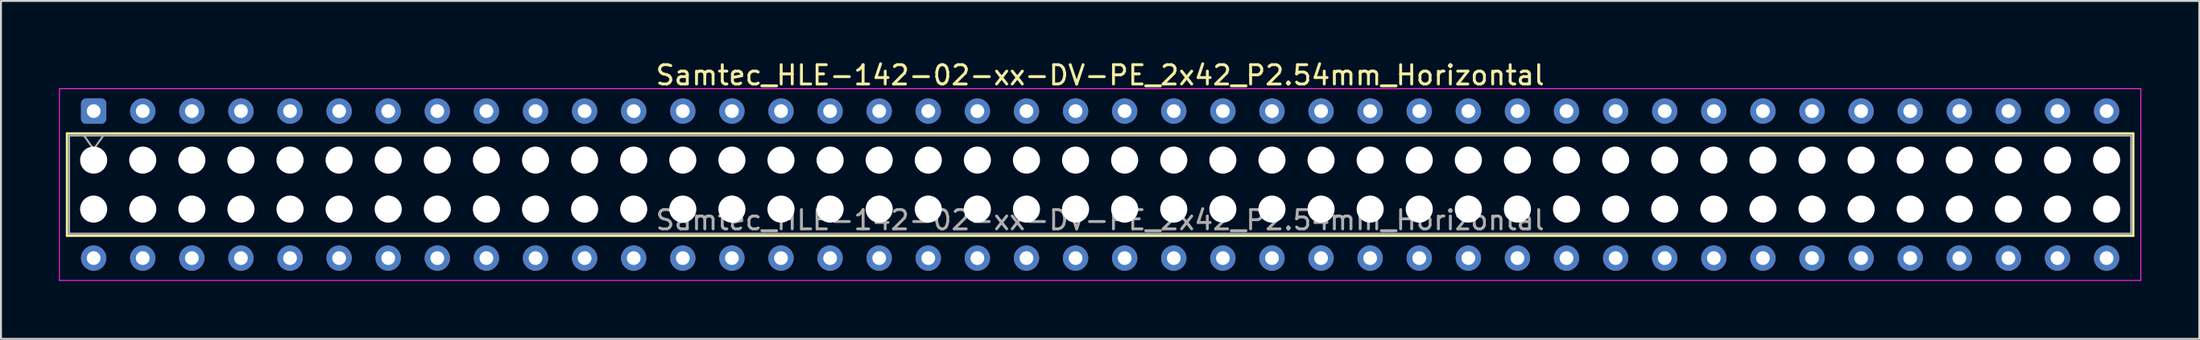
<source format=kicad_pcb>
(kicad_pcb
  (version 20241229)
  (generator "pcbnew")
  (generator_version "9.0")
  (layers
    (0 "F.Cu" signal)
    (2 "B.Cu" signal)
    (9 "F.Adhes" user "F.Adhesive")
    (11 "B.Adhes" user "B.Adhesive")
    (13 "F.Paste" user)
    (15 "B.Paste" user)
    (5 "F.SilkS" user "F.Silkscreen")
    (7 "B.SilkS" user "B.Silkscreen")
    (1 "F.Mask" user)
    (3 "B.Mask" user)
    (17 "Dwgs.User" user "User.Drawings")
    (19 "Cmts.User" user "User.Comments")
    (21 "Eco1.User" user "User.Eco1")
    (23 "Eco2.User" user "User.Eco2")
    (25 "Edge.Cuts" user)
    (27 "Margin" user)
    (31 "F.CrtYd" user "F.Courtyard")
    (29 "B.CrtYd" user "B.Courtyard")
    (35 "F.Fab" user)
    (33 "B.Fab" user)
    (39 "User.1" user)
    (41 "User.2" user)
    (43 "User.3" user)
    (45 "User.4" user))
  (footprint "Samtec_HLE-142-02-xx-DV-PE_2x42_P2.54mm_Horizontal"
    (layer "F.Cu")
    (at 1.795 2.708)
    (property "Reference" "Samtec_HLE-142-02-xx-DV-PE_2x42_P2.54mm_Horizontal" (at 52.07 -1.86 0) (layer "F.SilkS") (effects (font (size 1 1) (thickness 0.15))))
    (attr through_hole)
    (fp_line (start -1.38 1.16) (end 105.52 1.16) (stroke (width 0.12) (type solid)) (layer "F.SilkS"))
    (fp_line (start -1.38 6.46) (end -1.38 1.16) (stroke (width 0.12) (type solid)) (layer "F.SilkS"))
    (fp_line (start 105.52 1.16) (end 105.52 6.46) (stroke (width 0.12) (type solid)) (layer "F.SilkS"))
    (fp_line (start 105.52 6.46) (end -1.38 6.46) (stroke (width 0.12) (type solid)) (layer "F.SilkS"))
    (fp_line (start -1.77 -1.16) (end 105.91 -1.16) (stroke (width 0.05) (type solid)) (layer "F.CrtYd"))
    (fp_line (start -1.77 8.78) (end -1.77 -1.16) (stroke (width 0.05) (type solid)) (layer "F.CrtYd"))
    (fp_line (start 105.91 -1.16) (end 105.91 8.78) (stroke (width 0.05) (type solid)) (layer "F.CrtYd"))
    (fp_line (start 105.91 8.78) (end -1.77 8.78) (stroke (width 0.05) (type solid)) (layer "F.CrtYd"))
    (fp_line (start -1.27 1.27) (end 105.41 1.27) (stroke (width 0.1) (type solid)) (layer "F.Fab"))
    (fp_line (start -1.27 6.35) (end -1.27 1.27) (stroke (width 0.1) (type solid)) (layer "F.Fab"))
    (fp_line (start -0.5 1.27) (end 0 1.977) (stroke (width 0.1) (type solid)) (layer "F.Fab"))
    (fp_line (start 0 1.977) (end 0.5 1.27) (stroke (width 0.1) (type solid)) (layer "F.Fab"))
    (fp_line (start 105.41 1.27) (end 105.41 6.35) (stroke (width 0.1) (type solid)) (layer "F.Fab"))
    (fp_line (start 105.41 6.35) (end -1.27 6.35) (stroke (width 0.1) (type solid)) (layer "F.Fab"))
    (fp_text user "${REFERENCE}" (at 52.07 5.65 0) (layer "F.Fab") (effects (font (size 1 1) (thickness 0.15))))
    (pad "" np_thru_hole circle (at 0 2.54) (size 1.4 1.4) (drill 1.4) (layers "*.Cu" "*.Mask"))
    (pad "" np_thru_hole circle (at 0 5.08) (size 1.4 1.4) (drill 1.4) (layers "*.Cu" "*.Mask"))
    (pad "" np_thru_hole circle (at 2.54 2.54) (size 1.4 1.4) (drill 1.4) (layers "*.Cu" "*.Mask"))
    (pad "" np_thru_hole circle (at 2.54 5.08) (size 1.4 1.4) (drill 1.4) (layers "*.Cu" "*.Mask"))
    (pad "" np_thru_hole circle (at 5.08 2.54) (size 1.4 1.4) (drill 1.4) (layers "*.Cu" "*.Mask"))
    (pad "" np_thru_hole circle (at 5.08 5.08) (size 1.4 1.4) (drill 1.4) (layers "*.Cu" "*.Mask"))
    (pad "" np_thru_hole circle (at 7.62 2.54) (size 1.4 1.4) (drill 1.4) (layers "*.Cu" "*.Mask"))
    (pad "" np_thru_hole circle (at 7.62 5.08) (size 1.4 1.4) (drill 1.4) (layers "*.Cu" "*.Mask"))
    (pad "" np_thru_hole circle (at 10.16 2.54) (size 1.4 1.4) (drill 1.4) (layers "*.Cu" "*.Mask"))
    (pad "" np_thru_hole circle (at 10.16 5.08) (size 1.4 1.4) (drill 1.4) (layers "*.Cu" "*.Mask"))
    (pad "" np_thru_hole circle (at 12.7 2.54) (size 1.4 1.4) (drill 1.4) (layers "*.Cu" "*.Mask"))
    (pad "" np_thru_hole circle (at 12.7 5.08) (size 1.4 1.4) (drill 1.4) (layers "*.Cu" "*.Mask"))
    (pad "" np_thru_hole circle (at 15.24 2.54) (size 1.4 1.4) (drill 1.4) (layers "*.Cu" "*.Mask"))
    (pad "" np_thru_hole circle (at 15.24 5.08) (size 1.4 1.4) (drill 1.4) (layers "*.Cu" "*.Mask"))
    (pad "" np_thru_hole circle (at 17.78 2.54) (size 1.4 1.4) (drill 1.4) (layers "*.Cu" "*.Mask"))
    (pad "" np_thru_hole circle (at 17.78 5.08) (size 1.4 1.4) (drill 1.4) (layers "*.Cu" "*.Mask"))
    (pad "" np_thru_hole circle (at 20.32 2.54) (size 1.4 1.4) (drill 1.4) (layers "*.Cu" "*.Mask"))
    (pad "" np_thru_hole circle (at 20.32 5.08) (size 1.4 1.4) (drill 1.4) (layers "*.Cu" "*.Mask"))
    (pad "" np_thru_hole circle (at 22.86 2.54) (size 1.4 1.4) (drill 1.4) (layers "*.Cu" "*.Mask"))
    (pad "" np_thru_hole circle (at 22.86 5.08) (size 1.4 1.4) (drill 1.4) (layers "*.Cu" "*.Mask"))
    (pad "" np_thru_hole circle (at 25.4 2.54) (size 1.4 1.4) (drill 1.4) (layers "*.Cu" "*.Mask"))
    (pad "" np_thru_hole circle (at 25.4 5.08) (size 1.4 1.4) (drill 1.4) (layers "*.Cu" "*.Mask"))
    (pad "" np_thru_hole circle (at 27.94 2.54) (size 1.4 1.4) (drill 1.4) (layers "*.Cu" "*.Mask"))
    (pad "" np_thru_hole circle (at 27.94 5.08) (size 1.4 1.4) (drill 1.4) (layers "*.Cu" "*.Mask"))
    (pad "" np_thru_hole circle (at 30.48 2.54) (size 1.4 1.4) (drill 1.4) (layers "*.Cu" "*.Mask"))
    (pad "" np_thru_hole circle (at 30.48 5.08) (size 1.4 1.4) (drill 1.4) (layers "*.Cu" "*.Mask"))
    (pad "" np_thru_hole circle (at 33.02 2.54) (size 1.4 1.4) (drill 1.4) (layers "*.Cu" "*.Mask"))
    (pad "" np_thru_hole circle (at 33.02 5.08) (size 1.4 1.4) (drill 1.4) (layers "*.Cu" "*.Mask"))
    (pad "" np_thru_hole circle (at 35.56 2.54) (size 1.4 1.4) (drill 1.4) (layers "*.Cu" "*.Mask"))
    (pad "" np_thru_hole circle (at 35.56 5.08) (size 1.4 1.4) (drill 1.4) (layers "*.Cu" "*.Mask"))
    (pad "" np_thru_hole circle (at 38.1 2.54) (size 1.4 1.4) (drill 1.4) (layers "*.Cu" "*.Mask"))
    (pad "" np_thru_hole circle (at 38.1 5.08) (size 1.4 1.4) (drill 1.4) (layers "*.Cu" "*.Mask"))
    (pad "" np_thru_hole circle (at 40.64 2.54) (size 1.4 1.4) (drill 1.4) (layers "*.Cu" "*.Mask"))
    (pad "" np_thru_hole circle (at 40.64 5.08) (size 1.4 1.4) (drill 1.4) (layers "*.Cu" "*.Mask"))
    (pad "" np_thru_hole circle (at 43.18 2.54) (size 1.4 1.4) (drill 1.4) (layers "*.Cu" "*.Mask"))
    (pad "" np_thru_hole circle (at 43.18 5.08) (size 1.4 1.4) (drill 1.4) (layers "*.Cu" "*.Mask"))
    (pad "" np_thru_hole circle (at 45.72 2.54) (size 1.4 1.4) (drill 1.4) (layers "*.Cu" "*.Mask"))
    (pad "" np_thru_hole circle (at 45.72 5.08) (size 1.4 1.4) (drill 1.4) (layers "*.Cu" "*.Mask"))
    (pad "" np_thru_hole circle (at 48.26 2.54) (size 1.4 1.4) (drill 1.4) (layers "*.Cu" "*.Mask"))
    (pad "" np_thru_hole circle (at 48.26 5.08) (size 1.4 1.4) (drill 1.4) (layers "*.Cu" "*.Mask"))
    (pad "" np_thru_hole circle (at 50.8 2.54) (size 1.4 1.4) (drill 1.4) (layers "*.Cu" "*.Mask"))
    (pad "" np_thru_hole circle (at 50.8 5.08) (size 1.4 1.4) (drill 1.4) (layers "*.Cu" "*.Mask"))
    (pad "" np_thru_hole circle (at 53.34 2.54) (size 1.4 1.4) (drill 1.4) (layers "*.Cu" "*.Mask"))
    (pad "" np_thru_hole circle (at 53.34 5.08) (size 1.4 1.4) (drill 1.4) (layers "*.Cu" "*.Mask"))
    (pad "" np_thru_hole circle (at 55.88 2.54) (size 1.4 1.4) (drill 1.4) (layers "*.Cu" "*.Mask"))
    (pad "" np_thru_hole circle (at 55.88 5.08) (size 1.4 1.4) (drill 1.4) (layers "*.Cu" "*.Mask"))
    (pad "" np_thru_hole circle (at 58.42 2.54) (size 1.4 1.4) (drill 1.4) (layers "*.Cu" "*.Mask"))
    (pad "" np_thru_hole circle (at 58.42 5.08) (size 1.4 1.4) (drill 1.4) (layers "*.Cu" "*.Mask"))
    (pad "" np_thru_hole circle (at 60.96 2.54) (size 1.4 1.4) (drill 1.4) (layers "*.Cu" "*.Mask"))
    (pad "" np_thru_hole circle (at 60.96 5.08) (size 1.4 1.4) (drill 1.4) (layers "*.Cu" "*.Mask"))
    (pad "" np_thru_hole circle (at 63.5 2.54) (size 1.4 1.4) (drill 1.4) (layers "*.Cu" "*.Mask"))
    (pad "" np_thru_hole circle (at 63.5 5.08) (size 1.4 1.4) (drill 1.4) (layers "*.Cu" "*.Mask"))
    (pad "" np_thru_hole circle (at 66.04 2.54) (size 1.4 1.4) (drill 1.4) (layers "*.Cu" "*.Mask"))
    (pad "" np_thru_hole circle (at 66.04 5.08) (size 1.4 1.4) (drill 1.4) (layers "*.Cu" "*.Mask"))
    (pad "" np_thru_hole circle (at 68.58 2.54) (size 1.4 1.4) (drill 1.4) (layers "*.Cu" "*.Mask"))
    (pad "" np_thru_hole circle (at 68.58 5.08) (size 1.4 1.4) (drill 1.4) (layers "*.Cu" "*.Mask"))
    (pad "" np_thru_hole circle (at 71.12 2.54) (size 1.4 1.4) (drill 1.4) (layers "*.Cu" "*.Mask"))
    (pad "" np_thru_hole circle (at 71.12 5.08) (size 1.4 1.4) (drill 1.4) (layers "*.Cu" "*.Mask"))
    (pad "" np_thru_hole circle (at 73.66 2.54) (size 1.4 1.4) (drill 1.4) (layers "*.Cu" "*.Mask"))
    (pad "" np_thru_hole circle (at 73.66 5.08) (size 1.4 1.4) (drill 1.4) (layers "*.Cu" "*.Mask"))
    (pad "" np_thru_hole circle (at 76.2 2.54) (size 1.4 1.4) (drill 1.4) (layers "*.Cu" "*.Mask"))
    (pad "" np_thru_hole circle (at 76.2 5.08) (size 1.4 1.4) (drill 1.4) (layers "*.Cu" "*.Mask"))
    (pad "" np_thru_hole circle (at 78.74 2.54) (size 1.4 1.4) (drill 1.4) (layers "*.Cu" "*.Mask"))
    (pad "" np_thru_hole circle (at 78.74 5.08) (size 1.4 1.4) (drill 1.4) (layers "*.Cu" "*.Mask"))
    (pad "" np_thru_hole circle (at 81.28 2.54) (size 1.4 1.4) (drill 1.4) (layers "*.Cu" "*.Mask"))
    (pad "" np_thru_hole circle (at 81.28 5.08) (size 1.4 1.4) (drill 1.4) (layers "*.Cu" "*.Mask"))
    (pad "" np_thru_hole circle (at 83.82 2.54) (size 1.4 1.4) (drill 1.4) (layers "*.Cu" "*.Mask"))
    (pad "" np_thru_hole circle (at 83.82 5.08) (size 1.4 1.4) (drill 1.4) (layers "*.Cu" "*.Mask"))
    (pad "" np_thru_hole circle (at 86.36 2.54) (size 1.4 1.4) (drill 1.4) (layers "*.Cu" "*.Mask"))
    (pad "" np_thru_hole circle (at 86.36 5.08) (size 1.4 1.4) (drill 1.4) (layers "*.Cu" "*.Mask"))
    (pad "" np_thru_hole circle (at 88.9 2.54) (size 1.4 1.4) (drill 1.4) (layers "*.Cu" "*.Mask"))
    (pad "" np_thru_hole circle (at 88.9 5.08) (size 1.4 1.4) (drill 1.4) (layers "*.Cu" "*.Mask"))
    (pad "" np_thru_hole circle (at 91.44 2.54) (size 1.4 1.4) (drill 1.4) (layers "*.Cu" "*.Mask"))
    (pad "" np_thru_hole circle (at 91.44 5.08) (size 1.4 1.4) (drill 1.4) (layers "*.Cu" "*.Mask"))
    (pad "" np_thru_hole circle (at 93.98 2.54) (size 1.4 1.4) (drill 1.4) (layers "*.Cu" "*.Mask"))
    (pad "" np_thru_hole circle (at 93.98 5.08) (size 1.4 1.4) (drill 1.4) (layers "*.Cu" "*.Mask"))
    (pad "" np_thru_hole circle (at 96.52 2.54) (size 1.4 1.4) (drill 1.4) (layers "*.Cu" "*.Mask"))
    (pad "" np_thru_hole circle (at 96.52 5.08) (size 1.4 1.4) (drill 1.4) (layers "*.Cu" "*.Mask"))
    (pad "" np_thru_hole circle (at 99.06 2.54) (size 1.4 1.4) (drill 1.4) (layers "*.Cu" "*.Mask"))
    (pad "" np_thru_hole circle (at 99.06 5.08) (size 1.4 1.4) (drill 1.4) (layers "*.Cu" "*.Mask"))
    (pad "" np_thru_hole circle (at 101.6 2.54) (size 1.4 1.4) (drill 1.4) (layers "*.Cu" "*.Mask"))
    (pad "" np_thru_hole circle (at 101.6 5.08) (size 1.4 1.4) (drill 1.4) (layers "*.Cu" "*.Mask"))
    (pad "" np_thru_hole circle (at 104.14 2.54) (size 1.4 1.4) (drill 1.4) (layers "*.Cu" "*.Mask"))
    (pad "" np_thru_hole circle (at 104.14 5.08) (size 1.4 1.4) (drill 1.4) (layers "*.Cu" "*.Mask"))
    (pad "1" thru_hole roundrect (at 0 0) (size 1.31 1.31) (drill 0.71) (layers "*.Cu" "*.Mask") (roundrect_rratio 0.191))
    (pad "2" thru_hole circle (at 0 7.62) (size 1.31 1.31) (drill 0.71) (layers "*.Cu" "*.Mask"))
    (pad "3" thru_hole circle (at 2.54 0) (size 1.31 1.31) (drill 0.71) (layers "*.Cu" "*.Mask"))
    (pad "4" thru_hole circle (at 2.54 7.62) (size 1.31 1.31) (drill 0.71) (layers "*.Cu" "*.Mask"))
    (pad "5" thru_hole circle (at 5.08 0) (size 1.31 1.31) (drill 0.71) (layers "*.Cu" "*.Mask"))
    (pad "6" thru_hole circle (at 5.08 7.62) (size 1.31 1.31) (drill 0.71) (layers "*.Cu" "*.Mask"))
    (pad "7" thru_hole circle (at 7.62 0) (size 1.31 1.31) (drill 0.71) (layers "*.Cu" "*.Mask"))
    (pad "8" thru_hole circle (at 7.62 7.62) (size 1.31 1.31) (drill 0.71) (layers "*.Cu" "*.Mask"))
    (pad "9" thru_hole circle (at 10.16 0) (size 1.31 1.31) (drill 0.71) (layers "*.Cu" "*.Mask"))
    (pad "10" thru_hole circle (at 10.16 7.62) (size 1.31 1.31) (drill 0.71) (layers "*.Cu" "*.Mask"))
    (pad "11" thru_hole circle (at 12.7 0) (size 1.31 1.31) (drill 0.71) (layers "*.Cu" "*.Mask"))
    (pad "12" thru_hole circle (at 12.7 7.62) (size 1.31 1.31) (drill 0.71) (layers "*.Cu" "*.Mask"))
    (pad "13" thru_hole circle (at 15.24 0) (size 1.31 1.31) (drill 0.71) (layers "*.Cu" "*.Mask"))
    (pad "14" thru_hole circle (at 15.24 7.62) (size 1.31 1.31) (drill 0.71) (layers "*.Cu" "*.Mask"))
    (pad "15" thru_hole circle (at 17.78 0) (size 1.31 1.31) (drill 0.71) (layers "*.Cu" "*.Mask"))
    (pad "16" thru_hole circle (at 17.78 7.62) (size 1.31 1.31) (drill 0.71) (layers "*.Cu" "*.Mask"))
    (pad "17" thru_hole circle (at 20.32 0) (size 1.31 1.31) (drill 0.71) (layers "*.Cu" "*.Mask"))
    (pad "18" thru_hole circle (at 20.32 7.62) (size 1.31 1.31) (drill 0.71) (layers "*.Cu" "*.Mask"))
    (pad "19" thru_hole circle (at 22.86 0) (size 1.31 1.31) (drill 0.71) (layers "*.Cu" "*.Mask"))
    (pad "20" thru_hole circle (at 22.86 7.62) (size 1.31 1.31) (drill 0.71) (layers "*.Cu" "*.Mask"))
    (pad "21" thru_hole circle (at 25.4 0) (size 1.31 1.31) (drill 0.71) (layers "*.Cu" "*.Mask"))
    (pad "22" thru_hole circle (at 25.4 7.62) (size 1.31 1.31) (drill 0.71) (layers "*.Cu" "*.Mask"))
    (pad "23" thru_hole circle (at 27.94 0) (size 1.31 1.31) (drill 0.71) (layers "*.Cu" "*.Mask"))
    (pad "24" thru_hole circle (at 27.94 7.62) (size 1.31 1.31) (drill 0.71) (layers "*.Cu" "*.Mask"))
    (pad "25" thru_hole circle (at 30.48 0) (size 1.31 1.31) (drill 0.71) (layers "*.Cu" "*.Mask"))
    (pad "26" thru_hole circle (at 30.48 7.62) (size 1.31 1.31) (drill 0.71) (layers "*.Cu" "*.Mask"))
    (pad "27" thru_hole circle (at 33.02 0) (size 1.31 1.31) (drill 0.71) (layers "*.Cu" "*.Mask"))
    (pad "28" thru_hole circle (at 33.02 7.62) (size 1.31 1.31) (drill 0.71) (layers "*.Cu" "*.Mask"))
    (pad "29" thru_hole circle (at 35.56 0) (size 1.31 1.31) (drill 0.71) (layers "*.Cu" "*.Mask"))
    (pad "30" thru_hole circle (at 35.56 7.62) (size 1.31 1.31) (drill 0.71) (layers "*.Cu" "*.Mask"))
    (pad "31" thru_hole circle (at 38.1 0) (size 1.31 1.31) (drill 0.71) (layers "*.Cu" "*.Mask"))
    (pad "32" thru_hole circle (at 38.1 7.62) (size 1.31 1.31) (drill 0.71) (layers "*.Cu" "*.Mask"))
    (pad "33" thru_hole circle (at 40.64 0) (size 1.31 1.31) (drill 0.71) (layers "*.Cu" "*.Mask"))
    (pad "34" thru_hole circle (at 40.64 7.62) (size 1.31 1.31) (drill 0.71) (layers "*.Cu" "*.Mask"))
    (pad "35" thru_hole circle (at 43.18 0) (size 1.31 1.31) (drill 0.71) (layers "*.Cu" "*.Mask"))
    (pad "36" thru_hole circle (at 43.18 7.62) (size 1.31 1.31) (drill 0.71) (layers "*.Cu" "*.Mask"))
    (pad "37" thru_hole circle (at 45.72 0) (size 1.31 1.31) (drill 0.71) (layers "*.Cu" "*.Mask"))
    (pad "38" thru_hole circle (at 45.72 7.62) (size 1.31 1.31) (drill 0.71) (layers "*.Cu" "*.Mask"))
    (pad "39" thru_hole circle (at 48.26 0) (size 1.31 1.31) (drill 0.71) (layers "*.Cu" "*.Mask"))
    (pad "40" thru_hole circle (at 48.26 7.62) (size 1.31 1.31) (drill 0.71) (layers "*.Cu" "*.Mask"))
    (pad "41" thru_hole circle (at 50.8 0) (size 1.31 1.31) (drill 0.71) (layers "*.Cu" "*.Mask"))
    (pad "42" thru_hole circle (at 50.8 7.62) (size 1.31 1.31) (drill 0.71) (layers "*.Cu" "*.Mask"))
    (pad "43" thru_hole circle (at 53.34 0) (size 1.31 1.31) (drill 0.71) (layers "*.Cu" "*.Mask"))
    (pad "44" thru_hole circle (at 53.34 7.62) (size 1.31 1.31) (drill 0.71) (layers "*.Cu" "*.Mask"))
    (pad "45" thru_hole circle (at 55.88 0) (size 1.31 1.31) (drill 0.71) (layers "*.Cu" "*.Mask"))
    (pad "46" thru_hole circle (at 55.88 7.62) (size 1.31 1.31) (drill 0.71) (layers "*.Cu" "*.Mask"))
    (pad "47" thru_hole circle (at 58.42 0) (size 1.31 1.31) (drill 0.71) (layers "*.Cu" "*.Mask"))
    (pad "48" thru_hole circle (at 58.42 7.62) (size 1.31 1.31) (drill 0.71) (layers "*.Cu" "*.Mask"))
    (pad "49" thru_hole circle (at 60.96 0) (size 1.31 1.31) (drill 0.71) (layers "*.Cu" "*.Mask"))
    (pad "50" thru_hole circle (at 60.96 7.62) (size 1.31 1.31) (drill 0.71) (layers "*.Cu" "*.Mask"))
    (pad "51" thru_hole circle (at 63.5 0) (size 1.31 1.31) (drill 0.71) (layers "*.Cu" "*.Mask"))
    (pad "52" thru_hole circle (at 63.5 7.62) (size 1.31 1.31) (drill 0.71) (layers "*.Cu" "*.Mask"))
    (pad "53" thru_hole circle (at 66.04 0) (size 1.31 1.31) (drill 0.71) (layers "*.Cu" "*.Mask"))
    (pad "54" thru_hole circle (at 66.04 7.62) (size 1.31 1.31) (drill 0.71) (layers "*.Cu" "*.Mask"))
    (pad "55" thru_hole circle (at 68.58 0) (size 1.31 1.31) (drill 0.71) (layers "*.Cu" "*.Mask"))
    (pad "56" thru_hole circle (at 68.58 7.62) (size 1.31 1.31) (drill 0.71) (layers "*.Cu" "*.Mask"))
    (pad "57" thru_hole circle (at 71.12 0) (size 1.31 1.31) (drill 0.71) (layers "*.Cu" "*.Mask"))
    (pad "58" thru_hole circle (at 71.12 7.62) (size 1.31 1.31) (drill 0.71) (layers "*.Cu" "*.Mask"))
    (pad "59" thru_hole circle (at 73.66 0) (size 1.31 1.31) (drill 0.71) (layers "*.Cu" "*.Mask"))
    (pad "60" thru_hole circle (at 73.66 7.62) (size 1.31 1.31) (drill 0.71) (layers "*.Cu" "*.Mask"))
    (pad "61" thru_hole circle (at 76.2 0) (size 1.31 1.31) (drill 0.71) (layers "*.Cu" "*.Mask"))
    (pad "62" thru_hole circle (at 76.2 7.62) (size 1.31 1.31) (drill 0.71) (layers "*.Cu" "*.Mask"))
    (pad "63" thru_hole circle (at 78.74 0) (size 1.31 1.31) (drill 0.71) (layers "*.Cu" "*.Mask"))
    (pad "64" thru_hole circle (at 78.74 7.62) (size 1.31 1.31) (drill 0.71) (layers "*.Cu" "*.Mask"))
    (pad "65" thru_hole circle (at 81.28 0) (size 1.31 1.31) (drill 0.71) (layers "*.Cu" "*.Mask"))
    (pad "66" thru_hole circle (at 81.28 7.62) (size 1.31 1.31) (drill 0.71) (layers "*.Cu" "*.Mask"))
    (pad "67" thru_hole circle (at 83.82 0) (size 1.31 1.31) (drill 0.71) (layers "*.Cu" "*.Mask"))
    (pad "68" thru_hole circle (at 83.82 7.62) (size 1.31 1.31) (drill 0.71) (layers "*.Cu" "*.Mask"))
    (pad "69" thru_hole circle (at 86.36 0) (size 1.31 1.31) (drill 0.71) (layers "*.Cu" "*.Mask"))
    (pad "70" thru_hole circle (at 86.36 7.62) (size 1.31 1.31) (drill 0.71) (layers "*.Cu" "*.Mask"))
    (pad "71" thru_hole circle (at 88.9 0) (size 1.31 1.31) (drill 0.71) (layers "*.Cu" "*.Mask"))
    (pad "72" thru_hole circle (at 88.9 7.62) (size 1.31 1.31) (drill 0.71) (layers "*.Cu" "*.Mask"))
    (pad "73" thru_hole circle (at 91.44 0) (size 1.31 1.31) (drill 0.71) (layers "*.Cu" "*.Mask"))
    (pad "74" thru_hole circle (at 91.44 7.62) (size 1.31 1.31) (drill 0.71) (layers "*.Cu" "*.Mask"))
    (pad "75" thru_hole circle (at 93.98 0) (size 1.31 1.31) (drill 0.71) (layers "*.Cu" "*.Mask"))
    (pad "76" thru_hole circle (at 93.98 7.62) (size 1.31 1.31) (drill 0.71) (layers "*.Cu" "*.Mask"))
    (pad "77" thru_hole circle (at 96.52 0) (size 1.31 1.31) (drill 0.71) (layers "*.Cu" "*.Mask"))
    (pad "78" thru_hole circle (at 96.52 7.62) (size 1.31 1.31) (drill 0.71) (layers "*.Cu" "*.Mask"))
    (pad "79" thru_hole circle (at 99.06 0) (size 1.31 1.31) (drill 0.71) (layers "*.Cu" "*.Mask"))
    (pad "80" thru_hole circle (at 99.06 7.62) (size 1.31 1.31) (drill 0.71) (layers "*.Cu" "*.Mask"))
    (pad "81" thru_hole circle (at 101.6 0) (size 1.31 1.31) (drill 0.71) (layers "*.Cu" "*.Mask"))
    (pad "82" thru_hole circle (at 101.6 7.62) (size 1.31 1.31) (drill 0.71) (layers "*.Cu" "*.Mask"))
    (pad "83" thru_hole circle (at 104.14 0) (size 1.31 1.31) (drill 0.71) (layers "*.Cu" "*.Mask"))
    (pad "84" thru_hole circle (at 104.14 7.62) (size 1.31 1.31) (drill 0.71) (layers "*.Cu" "*.Mask")))
  (gr_rect
    (start -3 -3)
    (end 110.73 14.513)
    (stroke (width 0.1) (type default))
    (fill no)
    (layer "Edge.Cuts")))
</source>
